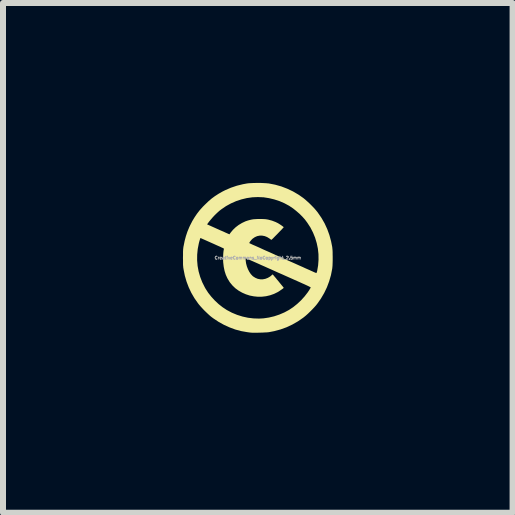
<source format=kicad_pcb>
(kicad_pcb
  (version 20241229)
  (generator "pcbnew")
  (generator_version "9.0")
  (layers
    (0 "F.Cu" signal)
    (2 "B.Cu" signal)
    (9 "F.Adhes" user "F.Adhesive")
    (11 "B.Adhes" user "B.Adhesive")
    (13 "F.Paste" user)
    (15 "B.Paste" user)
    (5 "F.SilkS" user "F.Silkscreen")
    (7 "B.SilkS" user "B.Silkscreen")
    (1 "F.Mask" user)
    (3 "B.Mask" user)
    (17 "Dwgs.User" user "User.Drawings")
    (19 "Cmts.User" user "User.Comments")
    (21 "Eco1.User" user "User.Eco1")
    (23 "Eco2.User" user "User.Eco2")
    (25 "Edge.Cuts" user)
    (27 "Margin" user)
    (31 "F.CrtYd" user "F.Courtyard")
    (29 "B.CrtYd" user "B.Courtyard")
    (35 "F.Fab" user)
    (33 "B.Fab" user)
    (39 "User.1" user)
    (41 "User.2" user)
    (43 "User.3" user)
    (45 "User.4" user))
  (footprint "CreativeCommons_NoCopyright_2.5mm"
    (layer "F.Cu")
    (at 1.248 1.248)
    (property "Reference" "CreativeCommons_NoCopyright_2.5mm" (at 0 0 0) (layer "F.Fab") (effects (font (size 0.05 0.05) (thickness 0.013))))
    (attr board_only exclude_from_pos_files exclude_from_bom)
    (fp_poly (pts (xy 0.055 -1.248) (xy 0.098 -1.246) (xy 0.136 -1.244) (xy 0.168 -1.241) (xy 0.182 -1.24) (xy 0.289 -1.219) (xy 0.392 -1.19) (xy 0.491 -1.152) (xy 0.586 -1.107) (xy 0.678 -1.053) (xy 0.757 -0.998) (xy 0.789 -0.972) (xy 0.825 -0.94) (xy 0.863 -0.905) (xy 0.901 -0.867) (xy 0.937 -0.83) (xy 0.969 -0.793) (xy 0.996 -0.76) (xy 0.998 -0.757) (xy 1.06 -0.667) (xy 1.113 -0.575) (xy 1.157 -0.479) (xy 1.193 -0.38) (xy 1.221 -0.277) (xy 1.24 -0.182) (xy 1.242 -0.163) (xy 1.244 -0.142) (xy 1.246 -0.119) (xy 1.247 -0.092) (xy 1.247 -0.06) (xy 1.248 -0.02) (xy 1.248 0) (xy 1.248 0.043) (xy 1.247 0.079) (xy 1.246 0.108) (xy 1.245 0.132) (xy 1.243 0.154) (xy 1.241 0.173) (xy 1.24 0.182) (xy 1.219 0.289) (xy 1.189 0.392) (xy 1.152 0.491) (xy 1.106 0.587) (xy 1.052 0.679) (xy 0.996 0.759) (xy 0.972 0.79) (xy 0.941 0.825) (xy 0.907 0.861) (xy 0.87 0.898) (xy 0.834 0.933) (xy 0.798 0.965) (xy 0.766 0.991) (xy 0.757 0.998) (xy 0.667 1.06) (xy 0.574 1.113) (xy 0.478 1.158) (xy 0.378 1.194) (xy 0.274 1.222) (xy 0.186 1.239) (xy 0.17 1.241) (xy 0.147 1.243) (xy 0.118 1.244) (xy 0.085 1.246) (xy 0.051 1.247) (xy 0.015 1.248) (xy -0.019 1.249) (xy -0.051 1.249) (xy -0.079 1.249) (xy -0.101 1.248) (xy -0.115 1.247) (xy -0.116 1.247) (xy -0.126 1.246) (xy -0.142 1.244) (xy -0.163 1.241) (xy -0.184 1.238) (xy -0.28 1.221) (xy -0.376 1.195) (xy -0.47 1.16) (xy -0.563 1.118) (xy -0.653 1.068) (xy -0.739 1.011) (xy -0.765 0.992) (xy -0.793 0.97) (xy -0.825 0.941) (xy -0.859 0.909) (xy -0.894 0.875) (xy -0.927 0.84) (xy -0.958 0.806) (xy -0.985 0.774) (xy -0.998 0.757) (xy -1.058 0.671) (xy -1.109 0.583) (xy -1.152 0.492) (xy -1.188 0.397) (xy -1.217 0.297) (xy -1.237 0.197) (xy -1.24 0.179) (xy -1.243 0.162) (xy -1.244 0.146) (xy -1.246 0.127) (xy -1.247 0.106) (xy -1.247 0.079) (xy -1.247 0.047) (xy -1.247 0.041) (xy -1.012 0.041) (xy -1.004 0.135) (xy -0.987 0.227) (xy -0.961 0.318) (xy -0.927 0.406) (xy -0.884 0.492) (xy -0.871 0.515) (xy -0.827 0.583) (xy -0.775 0.649) (xy -0.717 0.712) (xy -0.654 0.771) (xy -0.588 0.823) (xy -0.52 0.868) (xy -0.515 0.871) (xy -0.432 0.915) (xy -0.345 0.951) (xy -0.255 0.979) (xy -0.164 0.999) (xy -0.072 1.01) (xy 0.02 1.013) (xy 0.094 1.009) (xy 0.183 0.996) (xy 0.272 0.975) (xy 0.359 0.946) (xy 0.443 0.91) (xy 0.521 0.868) (xy 0.59 0.822) (xy 0.657 0.768) (xy 0.721 0.708) (xy 0.779 0.644) (xy 0.831 0.577) (xy 0.856 0.54) (xy 0.866 0.523) (xy 0.875 0.508) (xy 0.88 0.497) (xy 0.882 0.493) (xy 0.878 0.49) (xy 0.866 0.484) (xy 0.849 0.475) (xy 0.826 0.464) (xy 0.798 0.451) (xy 0.768 0.437) (xy 0.751 0.43) (xy 0.727 0.419) (xy 0.696 0.405) (xy 0.658 0.388) (xy 0.615 0.369) (xy 0.566 0.347) (xy 0.514 0.324) (xy 0.458 0.299) (xy 0.4 0.273) (xy 0.34 0.247) (xy 0.28 0.22) (xy 0.223 0.194) (xy 0.166 0.169) (xy 0.111 0.144) (xy 0.058 0.121) (xy 0.01 0.099) (xy -0.035 0.079) (xy -0.076 0.061) (xy -0.111 0.046) (xy -0.141 0.032) (xy -0.164 0.022) (xy -0.18 0.015) (xy -0.189 0.011) (xy -0.19 0.01) (xy -0.206 0.004) (xy -0.203 0.04) (xy -0.196 0.092) (xy -0.183 0.142) (xy -0.165 0.189) (xy -0.143 0.232) (xy -0.118 0.27) (xy -0.089 0.301) (xy -0.08 0.309) (xy -0.042 0.333) (xy -0.002 0.35) (xy 0.041 0.358) (xy 0.084 0.358) (xy 0.126 0.35) (xy 0.167 0.334) (xy 0.206 0.311) (xy 0.224 0.296) (xy 0.246 0.276) (xy 0.257 0.287) (xy 0.263 0.293) (xy 0.273 0.306) (xy 0.287 0.322) (xy 0.304 0.342) (xy 0.322 0.365) (xy 0.342 0.388) (xy 0.361 0.412) (xy 0.38 0.435) (xy 0.397 0.456) (xy 0.412 0.474) (xy 0.423 0.488) (xy 0.43 0.497) (xy 0.432 0.5) (xy 0.428 0.504) (xy 0.418 0.513) (xy 0.404 0.523) (xy 0.387 0.535) (xy 0.368 0.548) (xy 0.35 0.56) (xy 0.334 0.57) (xy 0.271 0.601) (xy 0.206 0.624) (xy 0.138 0.64) (xy 0.07 0.648) (xy 0.001 0.649) (xy -0.067 0.642) (xy -0.134 0.629) (xy -0.199 0.608) (xy -0.261 0.581) (xy -0.319 0.548) (xy -0.374 0.508) (xy -0.422 0.462) (xy -0.465 0.41) (xy -0.475 0.395) (xy -0.508 0.34) (xy -0.534 0.282) (xy -0.554 0.219) (xy -0.568 0.151) (xy -0.577 0.077) (xy -0.577 0.073) (xy -0.579 0.039) (xy -0.579 0.002) (xy -0.578 -0.035) (xy -0.576 -0.072) (xy -0.573 -0.104) (xy -0.569 -0.13) (xy -0.568 -0.134) (xy -0.566 -0.146) (xy -0.567 -0.154) (xy -0.567 -0.155) (xy -0.572 -0.158) (xy -0.584 -0.164) (xy -0.603 -0.172) (xy -0.627 -0.184) (xy -0.657 -0.197) (xy -0.691 -0.212) (xy -0.728 -0.229) (xy -0.764 -0.245) (xy -0.957 -0.331) (xy -0.965 -0.308) (xy -0.969 -0.294) (xy -0.975 -0.274) (xy -0.981 -0.251) (xy -0.984 -0.239) (xy -1.002 -0.146) (xy -1.011 -0.052) (xy -1.012 0.041) (xy -1.247 0.041) (xy -1.248 0.008) (xy -1.248 0) (xy -1.247 -0.041) (xy -1.247 -0.074) (xy -1.247 -0.101) (xy -1.246 -0.123) (xy -1.245 -0.142) (xy -1.243 -0.159) (xy -1.241 -0.176) (xy -1.238 -0.194) (xy -1.237 -0.197) (xy -1.22 -0.282) (xy -1.199 -0.361) (xy -1.174 -0.436) (xy -1.143 -0.511) (xy -1.128 -0.543) (xy -1.12 -0.558) (xy -0.846 -0.558) (xy -0.699 -0.492) (xy -0.663 -0.476) (xy -0.628 -0.46) (xy -0.595 -0.446) (xy -0.565 -0.433) (xy -0.54 -0.421) (xy -0.521 -0.413) (xy -0.513 -0.409) (xy -0.473 -0.392) (xy -0.452 -0.422) (xy -0.414 -0.467) (xy -0.369 -0.51) (xy -0.319 -0.548) (xy -0.264 -0.581) (xy -0.207 -0.608) (xy -0.166 -0.622) (xy -0.133 -0.631) (xy -0.102 -0.638) (xy -0.072 -0.643) (xy -0.04 -0.645) (xy -0.003 -0.647) (xy 0.036 -0.647) (xy 0.07 -0.647) (xy 0.097 -0.646) (xy 0.118 -0.645) (xy 0.137 -0.643) (xy 0.155 -0.64) (xy 0.172 -0.637) (xy 0.236 -0.62) (xy 0.296 -0.597) (xy 0.331 -0.58) (xy 0.35 -0.569) (xy 0.37 -0.556) (xy 0.389 -0.544) (xy 0.406 -0.531) (xy 0.42 -0.521) (xy 0.429 -0.513) (xy 0.431 -0.509) (xy 0.427 -0.504) (xy 0.418 -0.495) (xy 0.405 -0.48) (xy 0.388 -0.462) (xy 0.368 -0.442) (xy 0.347 -0.42) (xy 0.325 -0.397) (xy 0.303 -0.375) (xy 0.282 -0.354) (xy 0.264 -0.335) (xy 0.248 -0.319) (xy 0.236 -0.308) (xy 0.229 -0.301) (xy 0.227 -0.3) (xy 0.222 -0.303) (xy 0.211 -0.309) (xy 0.198 -0.319) (xy 0.194 -0.322) (xy 0.155 -0.346) (xy 0.115 -0.362) (xy 0.073 -0.37) (xy 0.031 -0.37) (xy -0.01 -0.362) (xy -0.049 -0.345) (xy -0.084 -0.321) (xy -0.09 -0.316) (xy -0.104 -0.302) (xy -0.117 -0.287) (xy -0.129 -0.272) (xy -0.137 -0.259) (xy -0.142 -0.249) (xy -0.142 -0.245) (xy -0.137 -0.243) (xy -0.125 -0.237) (xy -0.106 -0.228) (xy -0.08 -0.216) (xy -0.047 -0.202) (xy -0.009 -0.185) (xy 0.034 -0.166) (xy 0.081 -0.144) (xy 0.132 -0.121) (xy 0.187 -0.097) (xy 0.245 -0.071) (xy 0.302 -0.045) (xy 0.365 -0.017) (xy 0.427 0.01) (xy 0.488 0.038) (xy 0.547 0.064) (xy 0.604 0.089) (xy 0.657 0.113) (xy 0.706 0.135) (xy 0.75 0.154) (xy 0.788 0.172) (xy 0.82 0.186) (xy 0.845 0.197) (xy 0.857 0.202) (xy 0.887 0.216) (xy 0.914 0.228) (xy 0.938 0.239) (xy 0.957 0.247) (xy 0.97 0.252) (xy 0.976 0.254) (xy 0.976 0.254) (xy 0.979 0.25) (xy 0.983 0.239) (xy 0.988 0.224) (xy 0.989 0.22) (xy 1.005 0.127) (xy 1.012 0.033) (xy 1.011 -0.061) (xy 1.001 -0.154) (xy 0.982 -0.245) (xy 0.955 -0.335) (xy 0.92 -0.421) (xy 0.877 -0.505) (xy 0.825 -0.585) (xy 0.785 -0.639) (xy 0.743 -0.686) (xy 0.695 -0.734) (xy 0.642 -0.78) (xy 0.588 -0.823) (xy 0.533 -0.86) (xy 0.521 -0.868) (xy 0.443 -0.91) (xy 0.36 -0.946) (xy 0.273 -0.974) (xy 0.185 -0.995) (xy 0.096 -1.009) (xy 0.094 -1.009) (xy 0.001 -1.013) (xy -0.091 -1.009) (xy -0.183 -0.996) (xy -0.274 -0.974) (xy -0.362 -0.945) (xy -0.448 -0.907) (xy -0.53 -0.862) (xy -0.609 -0.808) (xy -0.639 -0.785) (xy -0.666 -0.761) (xy -0.697 -0.732) (xy -0.729 -0.7) (xy -0.76 -0.666) (xy -0.788 -0.633) (xy -0.812 -0.604) (xy -0.846 -0.558) (xy -1.12 -0.558) (xy -1.092 -0.613) (xy -1.054 -0.676) (xy -1.014 -0.735) (xy -0.97 -0.792) (xy -0.919 -0.849) (xy -0.884 -0.884) (xy -0.827 -0.939) (xy -0.77 -0.988) (xy -0.713 -1.03) (xy -0.652 -1.069) (xy -0.587 -1.106) (xy -0.543 -1.128) (xy -0.448 -1.169) (xy -0.35 -1.202) (xy -0.249 -1.227) (xy -0.184 -1.239) (xy -0.156 -1.243) (xy -0.12 -1.245) (xy -0.079 -1.247) (xy -0.035 -1.248) (xy 0.01 -1.248)) (stroke (width 0) (type solid)) (fill yes) (layer "F.SilkS")))
  (gr_rect
    (start -3 -3)
    (end 5.495 5.497)
    (stroke (width 0.1) (type default))
    (fill no)
    (layer "Edge.Cuts")))
</source>
